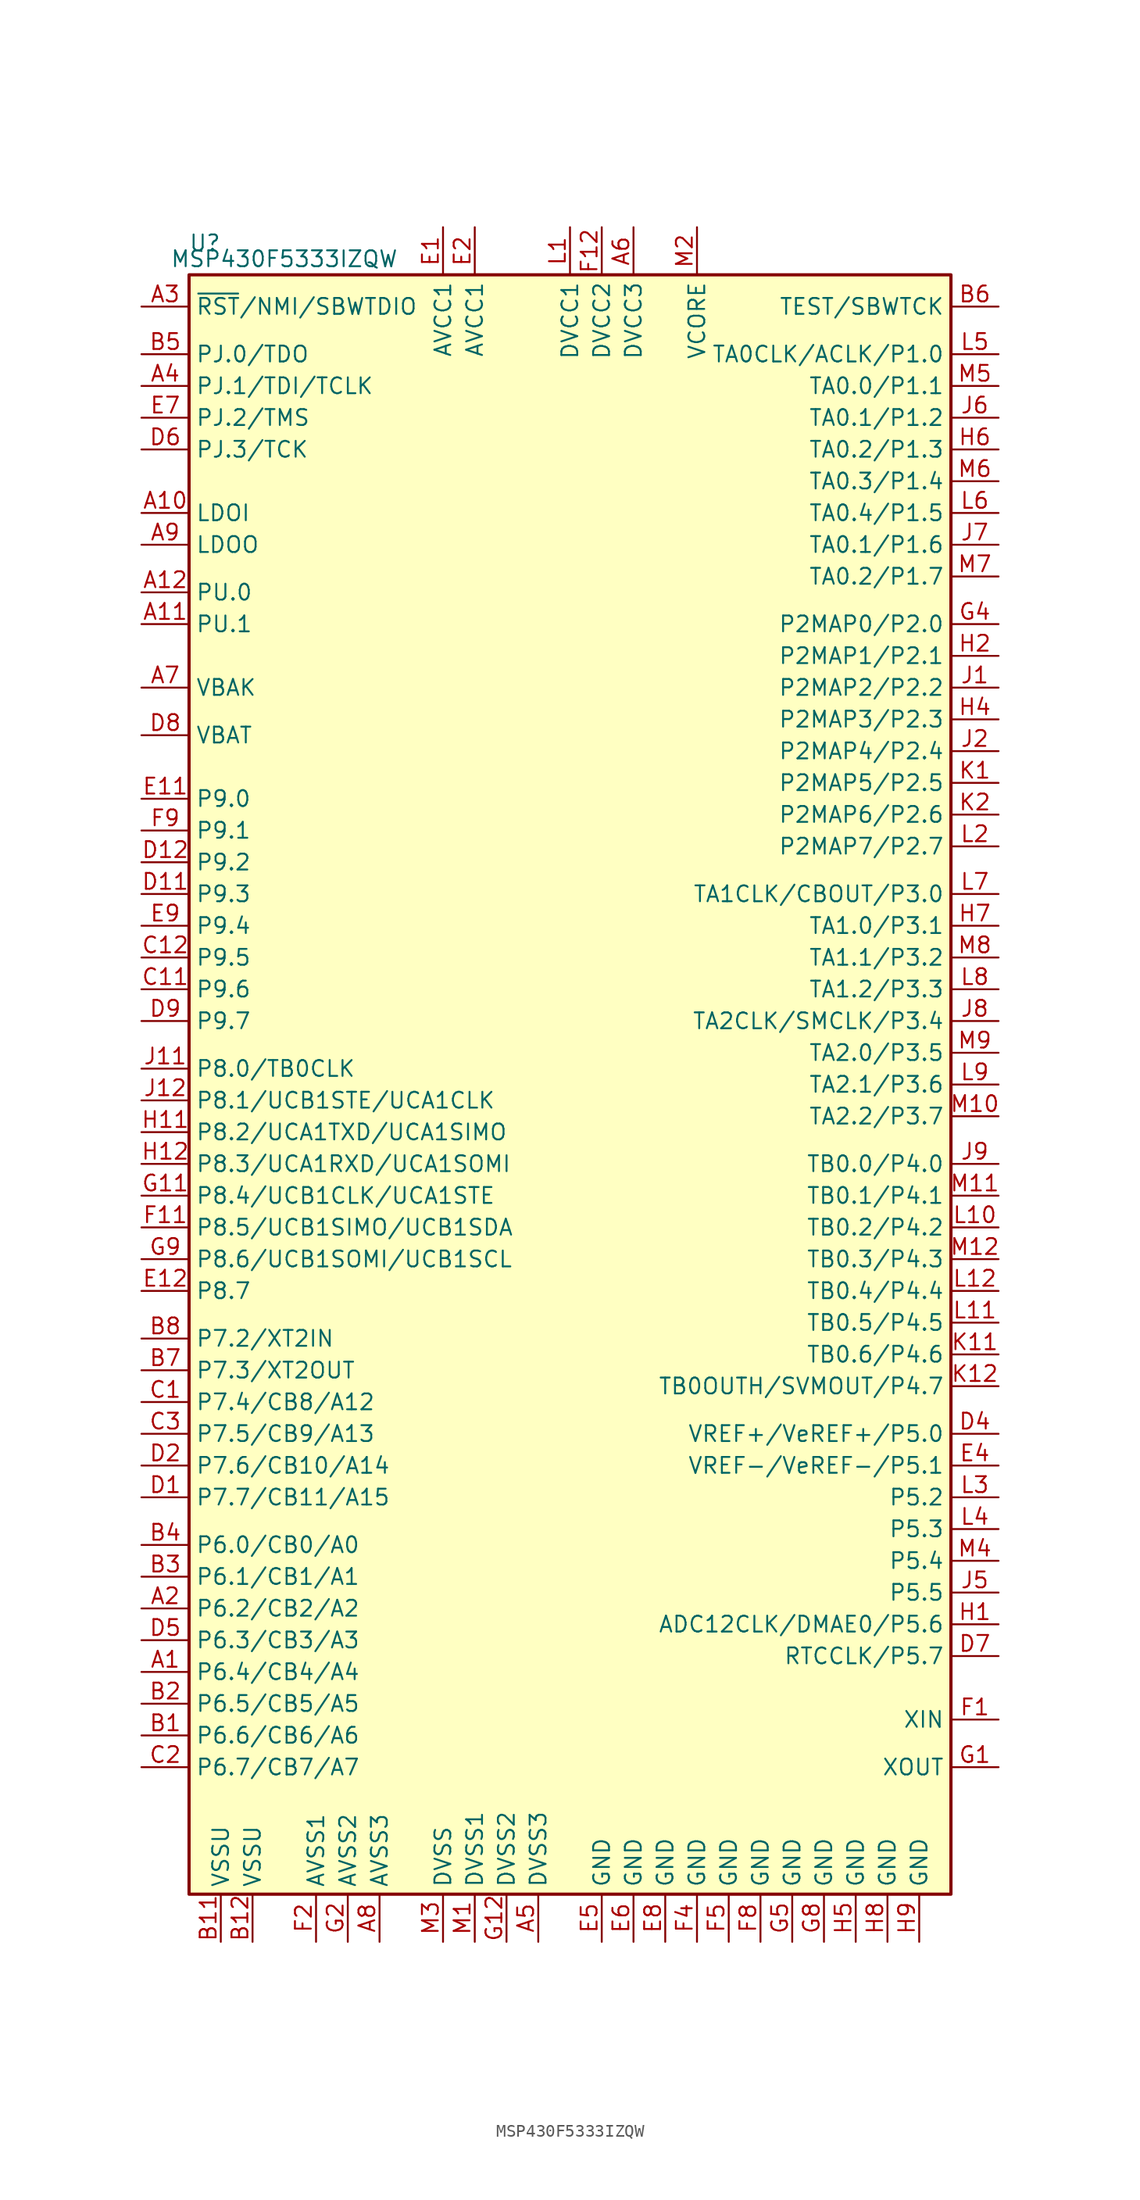
<source format=kicad_sym>
(kicad_symbol_lib
  (version 20211014)
  (generator kicad_symbol_editor)
  (symbol "MSP430F5333IZQW"
    (property "Reference" "U"
      (at -29.21 67.31 0)
      (effects (font (size 1.27 1.27))))
    (property "Value" "MSP430F5333IZQW"
      (at -22.86 66.04 0)
      (effects (font (size 1.27 1.27))))
    (symbol "MSP430F5333IZQW_0_1"
      (rectangle (start -30.48 64.77) (end 30.48 -64.77) (stroke (width 0.254) (type default) (color 0 0 0 0)) (fill (type background))))
    (symbol "MSP430F5333IZQW_1_1"
      (pin bidirectional line (at -34.29 -46.99 0) (length 3.81) (name "P6.4/CB4/A4" (effects (font (size 1.27 1.27)))) (number "A1" (effects (font (size 1.27 1.27)))))
      (pin bidirectional line (at -34.29 45.72 0) (length 3.81) (name "LDOI" (effects (font (size 1.27 1.27)))) (number "A10" (effects (font (size 1.27 1.27)))))
      (pin bidirectional line (at -34.29 36.83 0) (length 3.81) (name "PU.1" (effects (font (size 1.27 1.27)))) (number "A11" (effects (font (size 1.27 1.27)))))
      (pin bidirectional line (at -34.29 39.37 0) (length 3.81) (name "PU.0" (effects (font (size 1.27 1.27)))) (number "A12" (effects (font (size 1.27 1.27)))))
      (pin bidirectional line (at -34.29 -41.91 0) (length 3.81) (name "P6.2/CB2/A2" (effects (font (size 1.27 1.27)))) (number "A2" (effects (font (size 1.27 1.27)))))
      (pin input line (at -34.29 62.23 0) (length 3.81) (name "~{RST}/NMI/SBWTDIO" (effects (font (size 1.27 1.27)))) (number "A3" (effects (font (size 1.27 1.27)))))
      (pin bidirectional line (at -34.29 55.88 0) (length 3.81) (name "PJ.1/TDI/TCLK" (effects (font (size 1.27 1.27)))) (number "A4" (effects (font (size 1.27 1.27)))))
      (pin power_in line (at -2.54 -68.58 90) (length 3.81) (name "DVSS3" (effects (font (size 1.27 1.27)))) (number "A5" (effects (font (size 1.27 1.27)))))
      (pin power_in line (at 5.08 68.58 270) (length 3.81) (name "DVCC3" (effects (font (size 1.27 1.27)))) (number "A6" (effects (font (size 1.27 1.27)))))
      (pin bidirectional line (at -34.29 31.75 0) (length 3.81) (name "VBAK" (effects (font (size 1.27 1.27)))) (number "A7" (effects (font (size 1.27 1.27)))))
      (pin power_in line (at -15.24 -68.58 90) (length 3.81) (name "AVSS3" (effects (font (size 1.27 1.27)))) (number "A8" (effects (font (size 1.27 1.27)))))
      (pin bidirectional line (at -34.29 43.18 0) (length 3.81) (name "LDOO" (effects (font (size 1.27 1.27)))) (number "A9" (effects (font (size 1.27 1.27)))))
      (pin bidirectional line (at -34.29 -52.07 0) (length 3.81) (name "P6.6/CB6/A6" (effects (font (size 1.27 1.27)))) (number "B1" (effects (font (size 1.27 1.27)))))
      (pin power_in line (at -27.94 -68.58 90) (length 3.81) (name "VSSU" (effects (font (size 1.27 1.27)))) (number "B11" (effects (font (size 1.27 1.27)))))
      (pin power_in line (at -25.4 -68.58 90) (length 3.81) (name "VSSU" (effects (font (size 1.27 1.27)))) (number "B12" (effects (font (size 1.27 1.27)))))
      (pin bidirectional line (at -34.29 -49.53 0) (length 3.81) (name "P6.5/CB5/A5" (effects (font (size 1.27 1.27)))) (number "B2" (effects (font (size 1.27 1.27)))))
      (pin bidirectional line (at -34.29 -39.37 0) (length 3.81) (name "P6.1/CB1/A1" (effects (font (size 1.27 1.27)))) (number "B3" (effects (font (size 1.27 1.27)))))
      (pin bidirectional line (at -34.29 -36.83 0) (length 3.81) (name "P6.0/CB0/A0" (effects (font (size 1.27 1.27)))) (number "B4" (effects (font (size 1.27 1.27)))))
      (pin bidirectional line (at -34.29 58.42 0) (length 3.81) (name "PJ.0/TDO" (effects (font (size 1.27 1.27)))) (number "B5" (effects (font (size 1.27 1.27)))))
      (pin input line (at 34.29 62.23 180) (length 3.81) (name "TEST/SBWTCK" (effects (font (size 1.27 1.27)))) (number "B6" (effects (font (size 1.27 1.27)))))
      (pin bidirectional line (at -34.29 -22.86 0) (length 3.81) (name "P7.3/XT2OUT" (effects (font (size 1.27 1.27)))) (number "B7" (effects (font (size 1.27 1.27)))))
      (pin bidirectional line (at -34.29 -20.32 0) (length 3.81) (name "P7.2/XT2IN" (effects (font (size 1.27 1.27)))) (number "B8" (effects (font (size 1.27 1.27)))))
      (pin bidirectional line (at -34.29 -25.4 0) (length 3.81) (name "P7.4/CB8/A12" (effects (font (size 1.27 1.27)))) (number "C1" (effects (font (size 1.27 1.27)))))
      (pin bidirectional line (at -34.29 7.62 0) (length 3.81) (name "P9.6" (effects (font (size 1.27 1.27)))) (number "C11" (effects (font (size 1.27 1.27)))))
      (pin bidirectional line (at -34.29 10.16 0) (length 3.81) (name "P9.5" (effects (font (size 1.27 1.27)))) (number "C12" (effects (font (size 1.27 1.27)))))
      (pin bidirectional line (at -34.29 -54.61 0) (length 3.81) (name "P6.7/CB7/A7" (effects (font (size 1.27 1.27)))) (number "C2" (effects (font (size 1.27 1.27)))))
      (pin bidirectional line (at -34.29 -27.94 0) (length 3.81) (name "P7.5/CB9/A13" (effects (font (size 1.27 1.27)))) (number "C3" (effects (font (size 1.27 1.27)))))
      (pin bidirectional line (at -34.29 -33.02 0) (length 3.81) (name "P7.7/CB11/A15" (effects (font (size 1.27 1.27)))) (number "D1" (effects (font (size 1.27 1.27)))))
      (pin bidirectional line (at -34.29 15.24 0) (length 3.81) (name "P9.3" (effects (font (size 1.27 1.27)))) (number "D11" (effects (font (size 1.27 1.27)))))
      (pin bidirectional line (at -34.29 17.78 0) (length 3.81) (name "P9.2" (effects (font (size 1.27 1.27)))) (number "D12" (effects (font (size 1.27 1.27)))))
      (pin bidirectional line (at -34.29 -30.48 0) (length 3.81) (name "P7.6/CB10/A14" (effects (font (size 1.27 1.27)))) (number "D2" (effects (font (size 1.27 1.27)))))
      (pin bidirectional line (at 34.29 -27.94 180) (length 3.81) (name "VREF+/VeREF+/P5.0" (effects (font (size 1.27 1.27)))) (number "D4" (effects (font (size 1.27 1.27)))))
      (pin bidirectional line (at -34.29 -44.45 0) (length 3.81) (name "P6.3/CB3/A3" (effects (font (size 1.27 1.27)))) (number "D5" (effects (font (size 1.27 1.27)))))
      (pin bidirectional line (at -34.29 50.8 0) (length 3.81) (name "PJ.3/TCK" (effects (font (size 1.27 1.27)))) (number "D6" (effects (font (size 1.27 1.27)))))
      (pin bidirectional line (at 34.29 -45.72 180) (length 3.81) (name "RTCCLK/P5.7" (effects (font (size 1.27 1.27)))) (number "D7" (effects (font (size 1.27 1.27)))))
      (pin bidirectional line (at -34.29 27.94 0) (length 3.81) (name "VBAT" (effects (font (size 1.27 1.27)))) (number "D8" (effects (font (size 1.27 1.27)))))
      (pin bidirectional line (at -34.29 5.08 0) (length 3.81) (name "P9.7" (effects (font (size 1.27 1.27)))) (number "D9" (effects (font (size 1.27 1.27)))))
      (pin power_in line (at -10.16 68.58 270) (length 3.81) (name "AVCC1" (effects (font (size 1.27 1.27)))) (number "E1" (effects (font (size 1.27 1.27)))))
      (pin bidirectional line (at -34.29 22.86 0) (length 3.81) (name "P9.0" (effects (font (size 1.27 1.27)))) (number "E11" (effects (font (size 1.27 1.27)))))
      (pin bidirectional line (at -34.29 -16.51 0) (length 3.81) (name "P8.7" (effects (font (size 1.27 1.27)))) (number "E12" (effects (font (size 1.27 1.27)))))
      (pin power_in line (at -7.62 68.58 270) (length 3.81) (name "AVCC1" (effects (font (size 1.27 1.27)))) (number "E2" (effects (font (size 1.27 1.27)))))
      (pin bidirectional line (at 34.29 -30.48 180) (length 3.81) (name "VREF-/VeREF-/P5.1" (effects (font (size 1.27 1.27)))) (number "E4" (effects (font (size 1.27 1.27)))))
      (pin power_in line (at 2.54 -68.58 90) (length 3.81) (name "GND" (effects (font (size 1.27 1.27)))) (number "E5" (effects (font (size 1.27 1.27)))))
      (pin power_in line (at 5.08 -68.58 90) (length 3.81) (name "GND" (effects (font (size 1.27 1.27)))) (number "E6" (effects (font (size 1.27 1.27)))))
      (pin bidirectional line (at -34.29 53.34 0) (length 3.81) (name "PJ.2/TMS" (effects (font (size 1.27 1.27)))) (number "E7" (effects (font (size 1.27 1.27)))))
      (pin power_in line (at 7.62 -68.58 90) (length 3.81) (name "GND" (effects (font (size 1.27 1.27)))) (number "E8" (effects (font (size 1.27 1.27)))))
      (pin bidirectional line (at -34.29 12.7 0) (length 3.81) (name "P9.4" (effects (font (size 1.27 1.27)))) (number "E9" (effects (font (size 1.27 1.27)))))
      (pin bidirectional line (at 34.29 -50.8 180) (length 3.81) (name "XIN" (effects (font (size 1.27 1.27)))) (number "F1" (effects (font (size 1.27 1.27)))))
      (pin bidirectional line (at -34.29 -11.43 0) (length 3.81) (name "P8.5/UCB1SIMO/UCB1SDA" (effects (font (size 1.27 1.27)))) (number "F11" (effects (font (size 1.27 1.27)))))
      (pin power_in line (at 2.54 68.58 270) (length 3.81) (name "DVCC2" (effects (font (size 1.27 1.27)))) (number "F12" (effects (font (size 1.27 1.27)))))
      (pin power_in line (at -20.32 -68.58 90) (length 3.81) (name "AVSS1" (effects (font (size 1.27 1.27)))) (number "F2" (effects (font (size 1.27 1.27)))))
      (pin power_in line (at 10.16 -68.58 90) (length 3.81) (name "GND" (effects (font (size 1.27 1.27)))) (number "F4" (effects (font (size 1.27 1.27)))))
      (pin power_in line (at 12.7 -68.58 90) (length 3.81) (name "GND" (effects (font (size 1.27 1.27)))) (number "F5" (effects (font (size 1.27 1.27)))))
      (pin power_in line (at 15.24 -68.58 90) (length 3.81) (name "GND" (effects (font (size 1.27 1.27)))) (number "F8" (effects (font (size 1.27 1.27)))))
      (pin bidirectional line (at -34.29 20.32 0) (length 3.81) (name "P9.1" (effects (font (size 1.27 1.27)))) (number "F9" (effects (font (size 1.27 1.27)))))
      (pin bidirectional line (at 34.29 -54.61 180) (length 3.81) (name "XOUT" (effects (font (size 1.27 1.27)))) (number "G1" (effects (font (size 1.27 1.27)))))
      (pin bidirectional line (at -34.29 -8.89 0) (length 3.81) (name "P8.4/UCB1CLK/UCA1STE" (effects (font (size 1.27 1.27)))) (number "G11" (effects (font (size 1.27 1.27)))))
      (pin power_in line (at -5.08 -68.58 90) (length 3.81) (name "DVSS2" (effects (font (size 1.27 1.27)))) (number "G12" (effects (font (size 1.27 1.27)))))
      (pin power_in line (at -17.78 -68.58 90) (length 3.81) (name "AVSS2" (effects (font (size 1.27 1.27)))) (number "G2" (effects (font (size 1.27 1.27)))))
      (pin bidirectional line (at 34.29 36.83 180) (length 3.81) (name "P2MAP0/P2.0" (effects (font (size 1.27 1.27)))) (number "G4" (effects (font (size 1.27 1.27)))))
      (pin power_in line (at 17.78 -68.58 90) (length 3.81) (name "GND" (effects (font (size 1.27 1.27)))) (number "G5" (effects (font (size 1.27 1.27)))))
      (pin power_in line (at 20.32 -68.58 90) (length 3.81) (name "GND" (effects (font (size 1.27 1.27)))) (number "G8" (effects (font (size 1.27 1.27)))))
      (pin bidirectional line (at -34.29 -13.97 0) (length 3.81) (name "P8.6/UCB1SOMI/UCB1SCL" (effects (font (size 1.27 1.27)))) (number "G9" (effects (font (size 1.27 1.27)))))
      (pin bidirectional line (at 34.29 -43.18 180) (length 3.81) (name "ADC12CLK/DMAE0/P5.6" (effects (font (size 1.27 1.27)))) (number "H1" (effects (font (size 1.27 1.27)))))
      (pin bidirectional line (at -34.29 -3.81 0) (length 3.81) (name "P8.2/UCA1TXD/UCA1SIMO" (effects (font (size 1.27 1.27)))) (number "H11" (effects (font (size 1.27 1.27)))))
      (pin bidirectional line (at -34.29 -6.35 0) (length 3.81) (name "P8.3/UCA1RXD/UCA1SOMI" (effects (font (size 1.27 1.27)))) (number "H12" (effects (font (size 1.27 1.27)))))
      (pin bidirectional line (at 34.29 34.29 180) (length 3.81) (name "P2MAP1/P2.1" (effects (font (size 1.27 1.27)))) (number "H2" (effects (font (size 1.27 1.27)))))
      (pin bidirectional line (at 34.29 29.21 180) (length 3.81) (name "P2MAP3/P2.3" (effects (font (size 1.27 1.27)))) (number "H4" (effects (font (size 1.27 1.27)))))
      (pin power_in line (at 22.86 -68.58 90) (length 3.81) (name "GND" (effects (font (size 1.27 1.27)))) (number "H5" (effects (font (size 1.27 1.27)))))
      (pin bidirectional line (at 34.29 50.8 180) (length 3.81) (name "TA0.2/P1.3" (effects (font (size 1.27 1.27)))) (number "H6" (effects (font (size 1.27 1.27)))))
      (pin bidirectional line (at 34.29 12.7 180) (length 3.81) (name "TA1.0/P3.1" (effects (font (size 1.27 1.27)))) (number "H7" (effects (font (size 1.27 1.27)))))
      (pin power_in line (at 25.4 -68.58 90) (length 3.81) (name "GND" (effects (font (size 1.27 1.27)))) (number "H8" (effects (font (size 1.27 1.27)))))
      (pin power_in line (at 27.94 -68.58 90) (length 3.81) (name "GND" (effects (font (size 1.27 1.27)))) (number "H9" (effects (font (size 1.27 1.27)))))
      (pin bidirectional line (at 34.29 31.75 180) (length 3.81) (name "P2MAP2/P2.2" (effects (font (size 1.27 1.27)))) (number "J1" (effects (font (size 1.27 1.27)))))
      (pin bidirectional line (at -34.29 1.27 0) (length 3.81) (name "P8.0/TB0CLK" (effects (font (size 1.27 1.27)))) (number "J11" (effects (font (size 1.27 1.27)))))
      (pin bidirectional line (at -34.29 -1.27 0) (length 3.81) (name "P8.1/UCB1STE/UCA1CLK" (effects (font (size 1.27 1.27)))) (number "J12" (effects (font (size 1.27 1.27)))))
      (pin bidirectional line (at 34.29 26.67 180) (length 3.81) (name "P2MAP4/P2.4" (effects (font (size 1.27 1.27)))) (number "J2" (effects (font (size 1.27 1.27)))))
      (pin bidirectional line (at 34.29 -40.64 180) (length 3.81) (name "P5.5" (effects (font (size 1.27 1.27)))) (number "J5" (effects (font (size 1.27 1.27)))))
      (pin bidirectional line (at 34.29 53.34 180) (length 3.81) (name "TA0.1/P1.2" (effects (font (size 1.27 1.27)))) (number "J6" (effects (font (size 1.27 1.27)))))
      (pin bidirectional line (at 34.29 43.18 180) (length 3.81) (name "TA0.1/P1.6" (effects (font (size 1.27 1.27)))) (number "J7" (effects (font (size 1.27 1.27)))))
      (pin bidirectional line (at 34.29 5.08 180) (length 3.81) (name "TA2CLK/SMCLK/P3.4" (effects (font (size 1.27 1.27)))) (number "J8" (effects (font (size 1.27 1.27)))))
      (pin bidirectional line (at 34.29 -6.35 180) (length 3.81) (name "TB0.0/P4.0" (effects (font (size 1.27 1.27)))) (number "J9" (effects (font (size 1.27 1.27)))))
      (pin bidirectional line (at 34.29 24.13 180) (length 3.81) (name "P2MAP5/P2.5" (effects (font (size 1.27 1.27)))) (number "K1" (effects (font (size 1.27 1.27)))))
      (pin bidirectional line (at 34.29 -21.59 180) (length 3.81) (name "TB0.6/P4.6" (effects (font (size 1.27 1.27)))) (number "K11" (effects (font (size 1.27 1.27)))))
      (pin bidirectional line (at 34.29 -24.13 180) (length 3.81) (name "TB0OUTH/SVMOUT/P4.7" (effects (font (size 1.27 1.27)))) (number "K12" (effects (font (size 1.27 1.27)))))
      (pin bidirectional line (at 34.29 21.59 180) (length 3.81) (name "P2MAP6/P2.6" (effects (font (size 1.27 1.27)))) (number "K2" (effects (font (size 1.27 1.27)))))
      (pin power_in line (at 0 68.58 270) (length 3.81) (name "DVCC1" (effects (font (size 1.27 1.27)))) (number "L1" (effects (font (size 1.27 1.27)))))
      (pin bidirectional line (at 34.29 -11.43 180) (length 3.81) (name "TB0.2/P4.2" (effects (font (size 1.27 1.27)))) (number "L10" (effects (font (size 1.27 1.27)))))
      (pin bidirectional line (at 34.29 -19.05 180) (length 3.81) (name "TB0.5/P4.5" (effects (font (size 1.27 1.27)))) (number "L11" (effects (font (size 1.27 1.27)))))
      (pin bidirectional line (at 34.29 -16.51 180) (length 3.81) (name "TB0.4/P4.4" (effects (font (size 1.27 1.27)))) (number "L12" (effects (font (size 1.27 1.27)))))
      (pin bidirectional line (at 34.29 19.05 180) (length 3.81) (name "P2MAP7/P2.7" (effects (font (size 1.27 1.27)))) (number "L2" (effects (font (size 1.27 1.27)))))
      (pin bidirectional line (at 34.29 -33.02 180) (length 3.81) (name "P5.2" (effects (font (size 1.27 1.27)))) (number "L3" (effects (font (size 1.27 1.27)))))
      (pin bidirectional line (at 34.29 -35.56 180) (length 3.81) (name "P5.3" (effects (font (size 1.27 1.27)))) (number "L4" (effects (font (size 1.27 1.27)))))
      (pin bidirectional line (at 34.29 58.42 180) (length 3.81) (name "TA0CLK/ACLK/P1.0" (effects (font (size 1.27 1.27)))) (number "L5" (effects (font (size 1.27 1.27)))))
      (pin bidirectional line (at 34.29 45.72 180) (length 3.81) (name "TA0.4/P1.5" (effects (font (size 1.27 1.27)))) (number "L6" (effects (font (size 1.27 1.27)))))
      (pin bidirectional line (at 34.29 15.24 180) (length 3.81) (name "TA1CLK/CBOUT/P3.0" (effects (font (size 1.27 1.27)))) (number "L7" (effects (font (size 1.27 1.27)))))
      (pin bidirectional line (at 34.29 7.62 180) (length 3.81) (name "TA1.2/P3.3" (effects (font (size 1.27 1.27)))) (number "L8" (effects (font (size 1.27 1.27)))))
      (pin bidirectional line (at 34.29 0 180) (length 3.81) (name "TA2.1/P3.6" (effects (font (size 1.27 1.27)))) (number "L9" (effects (font (size 1.27 1.27)))))
      (pin power_in line (at -7.62 -68.58 90) (length 3.81) (name "DVSS1" (effects (font (size 1.27 1.27)))) (number "M1" (effects (font (size 1.27 1.27)))))
      (pin bidirectional line (at 34.29 -2.54 180) (length 3.81) (name "TA2.2/P3.7" (effects (font (size 1.27 1.27)))) (number "M10" (effects (font (size 1.27 1.27)))))
      (pin bidirectional line (at 34.29 -8.89 180) (length 3.81) (name "TB0.1/P4.1" (effects (font (size 1.27 1.27)))) (number "M11" (effects (font (size 1.27 1.27)))))
      (pin bidirectional line (at 34.29 -13.97 180) (length 3.81) (name "TB0.3/P4.3" (effects (font (size 1.27 1.27)))) (number "M12" (effects (font (size 1.27 1.27)))))
      (pin bidirectional line (at 10.16 68.58 270) (length 3.81) (name "VCORE" (effects (font (size 1.27 1.27)))) (number "M2" (effects (font (size 1.27 1.27)))))
      (pin power_in line (at -10.16 -68.58 90) (length 3.81) (name "DVSS" (effects (font (size 1.27 1.27)))) (number "M3" (effects (font (size 1.27 1.27)))))
      (pin bidirectional line (at 34.29 -38.1 180) (length 3.81) (name "P5.4" (effects (font (size 1.27 1.27)))) (number "M4" (effects (font (size 1.27 1.27)))))
      (pin bidirectional line (at 34.29 55.88 180) (length 3.81) (name "TA0.0/P1.1" (effects (font (size 1.27 1.27)))) (number "M5" (effects (font (size 1.27 1.27)))))
      (pin bidirectional line (at 34.29 48.26 180) (length 3.81) (name "TA0.3/P1.4" (effects (font (size 1.27 1.27)))) (number "M6" (effects (font (size 1.27 1.27)))))
      (pin bidirectional line (at 34.29 40.64 180) (length 3.81) (name "TA0.2/P1.7" (effects (font (size 1.27 1.27)))) (number "M7" (effects (font (size 1.27 1.27)))))
      (pin bidirectional line (at 34.29 10.16 180) (length 3.81) (name "TA1.1/P3.2" (effects (font (size 1.27 1.27)))) (number "M8" (effects (font (size 1.27 1.27)))))
      (pin bidirectional line (at 34.29 2.54 180) (length 3.81) (name "TA2.0/P3.5" (effects (font (size 1.27 1.27)))) (number "M9" (effects (font (size 1.27 1.27))))))))
</source>
